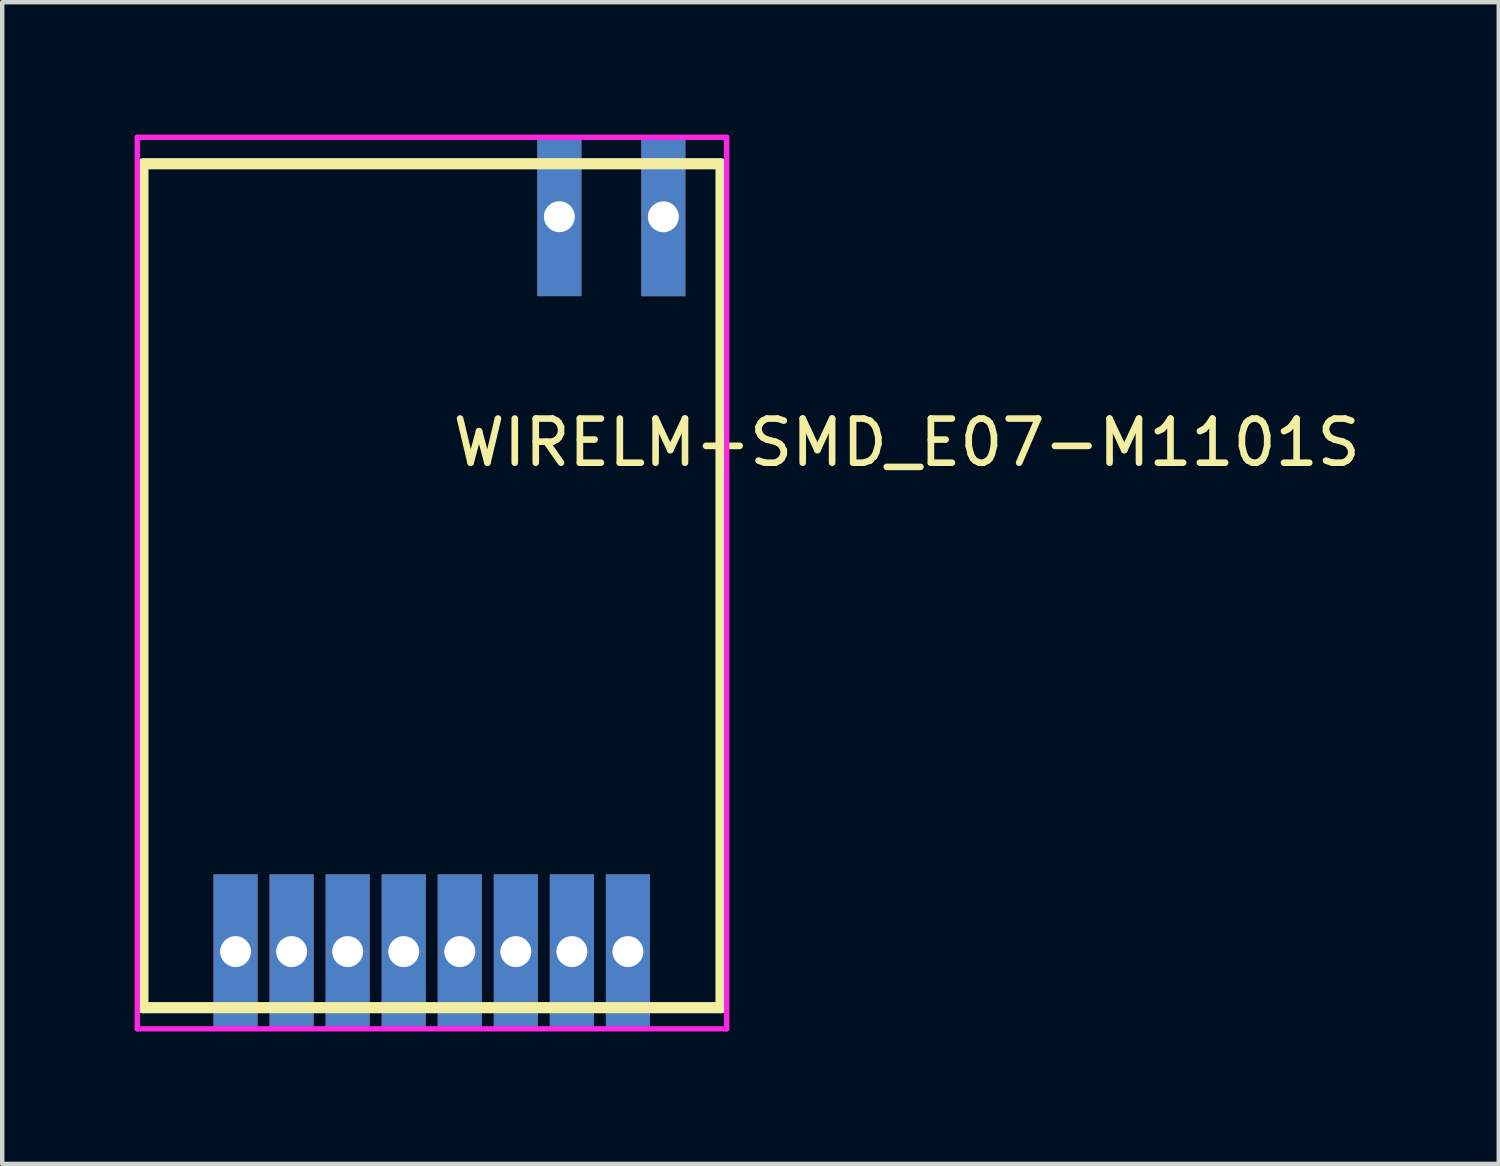
<source format=kicad_pcb>
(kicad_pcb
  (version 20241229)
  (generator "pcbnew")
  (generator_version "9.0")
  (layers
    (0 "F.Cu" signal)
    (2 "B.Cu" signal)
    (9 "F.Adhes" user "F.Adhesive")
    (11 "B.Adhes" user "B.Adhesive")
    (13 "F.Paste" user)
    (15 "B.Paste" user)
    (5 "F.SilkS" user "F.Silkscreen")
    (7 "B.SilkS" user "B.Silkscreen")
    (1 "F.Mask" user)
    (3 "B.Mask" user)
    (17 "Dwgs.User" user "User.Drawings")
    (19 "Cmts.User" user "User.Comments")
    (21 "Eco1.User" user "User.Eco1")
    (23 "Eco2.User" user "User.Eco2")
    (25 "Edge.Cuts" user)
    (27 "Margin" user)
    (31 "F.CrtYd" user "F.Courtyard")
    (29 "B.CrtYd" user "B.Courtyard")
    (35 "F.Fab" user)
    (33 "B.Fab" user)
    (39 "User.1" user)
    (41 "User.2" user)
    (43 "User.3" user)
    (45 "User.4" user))
  (footprint "WIRELM-SMD_E07-M1101S"
    (layer "F.Cu")
    (at 7.133 10.185)
    (property "Reference" "WIRELM-SMD_E07-M1101S" (at 0 -3.207 0) (layer "F.SilkS") (effects (font (size 1 1) (thickness 0.15)) (justify left)))
    (attr through_hole)
    (fp_line (start -6.946 -9.525) (end 6.154 -9.525) (stroke (width 0.254) (type solid)) (layer "F.SilkS"))
    (fp_line (start -6.946 9.595) (end -6.946 -9.505) (stroke (width 0.254) (type solid)) (layer "F.SilkS"))
    (fp_line (start -6.946 9.595) (end 6.154 9.595) (stroke (width 0.254) (type solid)) (layer "F.SilkS"))
    (fp_line (start 6.154 9.595) (end 6.154 -9.505) (stroke (width 0.254) (type solid)) (layer "F.SilkS"))
    (fp_circle (center -7.073 10.075) (end -7.043 10.075) (stroke (width 0.06) (type solid)) (fill no) (layer "Eco2.User"))
    (fp_circle (center -4.846 8.325) (end -4.721 8.325) (stroke (width 0.25) (type solid)) (fill no) (layer "Eco2.User"))
    (fp_circle (center -3.576 8.325) (end -3.451 8.325) (stroke (width 0.25) (type solid)) (fill no) (layer "Eco2.User"))
    (fp_circle (center -2.306 8.325) (end -2.181 8.325) (stroke (width 0.25) (type solid)) (fill no) (layer "Eco2.User"))
    (fp_circle (center -1.036 8.325) (end -0.911 8.325) (stroke (width 0.25) (type solid)) (fill no) (layer "Eco2.User"))
    (fp_circle (center 0.234 8.325) (end 0.359 8.325) (stroke (width 0.25) (type solid)) (fill no) (layer "Eco2.User"))
    (fp_circle (center 1.504 8.325) (end 1.629 8.325) (stroke (width 0.25) (type solid)) (fill no) (layer "Eco2.User"))
    (fp_circle (center 2.49 -8.325) (end 2.615 -8.325) (stroke (width 0.25) (type solid)) (fill no) (layer "Eco2.User"))
    (fp_circle (center 2.774 8.325) (end 2.899 8.325) (stroke (width 0.25) (type solid)) (fill no) (layer "Eco2.User"))
    (fp_circle (center 4.044 8.325) (end 4.169 8.325) (stroke (width 0.25) (type solid)) (fill no) (layer "Eco2.User"))
    (fp_circle (center 4.846 -8.323) (end 4.971 -8.323) (stroke (width 0.25) (type solid)) (fill no) (layer "Eco2.User"))
    (fp_line (start -7.073 -10.125) (end 6.281 -10.125) (stroke (width 0.12) (type solid)) (layer "F.CrtYd"))
    (fp_line (start -7.073 10.075) (end -7.073 -10.125) (stroke (width 0.12) (type solid)) (layer "F.CrtYd"))
    (fp_line (start 6.281 -10.125) (end 6.281 10.075) (stroke (width 0.12) (type solid)) (layer "F.CrtYd"))
    (fp_line (start 6.281 10.075) (end -7.073 10.075) (stroke (width 0.12) (type solid)) (layer "F.CrtYd"))
    (pad "1" thru_hole rect (at -4.846 8.325) (size 1 3.5) (drill 0.7) (layers "*.Cu" "*.Mask"))
    (pad "2" thru_hole rect (at -3.576 8.325) (size 1 3.5) (drill 0.7) (layers "*.Cu" "*.Mask"))
    (pad "3" thru_hole rect (at -2.306 8.325) (size 1 3.5) (drill 0.7) (layers "*.Cu" "*.Mask"))
    (pad "4" thru_hole rect (at -1.036 8.325) (size 1 3.5) (drill 0.7) (layers "*.Cu" "*.Mask"))
    (pad "5" thru_hole rect (at 0.234 8.325) (size 1 3.5) (drill 0.7) (layers "*.Cu" "*.Mask"))
    (pad "6" thru_hole rect (at 1.504 8.325) (size 1 3.5) (drill 0.7) (layers "*.Cu" "*.Mask"))
    (pad "7" thru_hole rect (at 2.774 8.325) (size 1 3.5) (drill 0.7) (layers "*.Cu" "*.Mask"))
    (pad "8" thru_hole rect (at 4.044 8.325) (size 1 3.5) (drill 0.7) (layers "*.Cu" "*.Mask"))
    (pad "9" thru_hole rect (at 4.846 -8.323) (size 1 3.6) (drill 0.7) (layers "*.Cu" "*.Mask"))
    (pad "10" thru_hole rect (at 2.49 -8.325) (size 1 3.6) (drill 0.7) (layers "*.Cu" "*.Mask")))
  (gr_rect
    (start -3 -3)
    (end 30.907 23.32)
    (stroke (width 0.1) (type default))
    (fill no)
    (layer "Edge.Cuts")))
</source>
